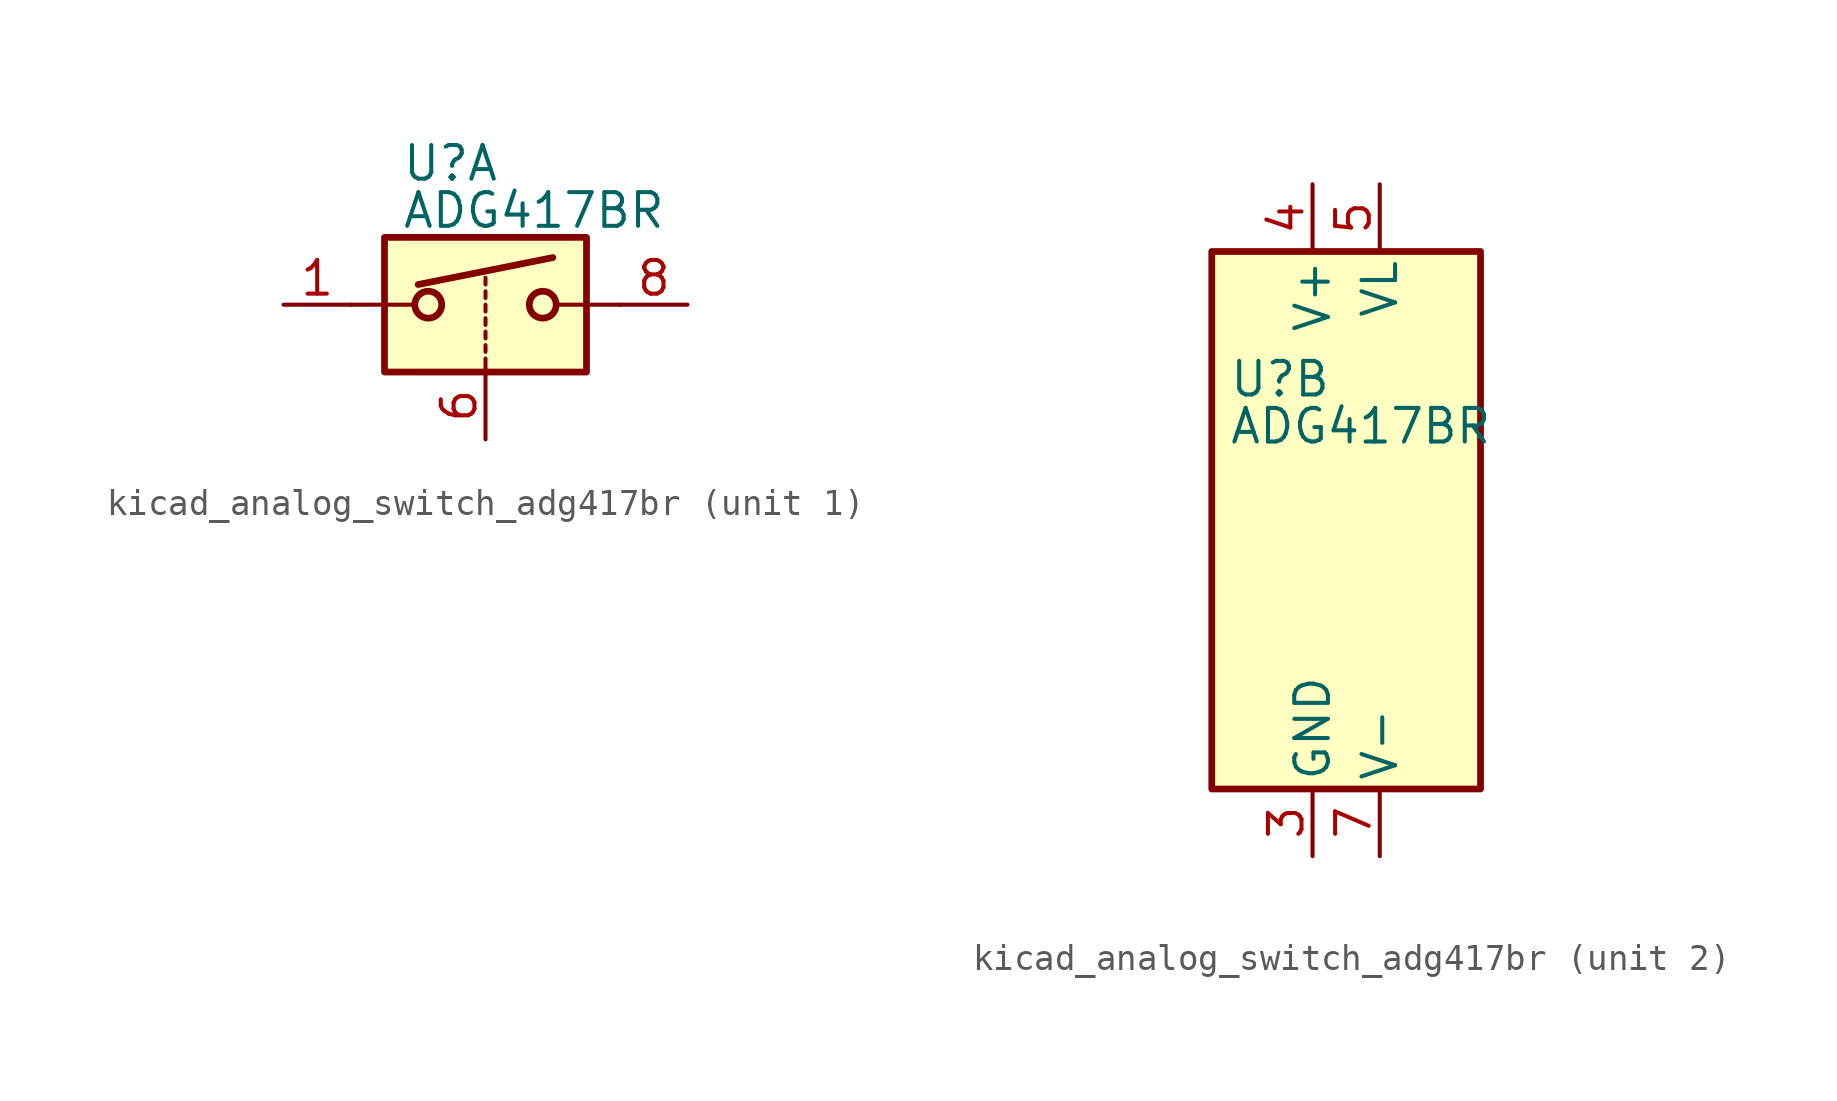
<source format=kicad_sym>
(kicad_symbol_lib
  (version 20220914)
  (generator kicad_symbol_editor)
  (symbol "kicad_analog_switch_adg417br"
    (pin_names
      (offset 0.254))
    (property "Reference" "U"
      (at -3.175 5.334 0)
      (effects (font (size 1.27 1.27)) (justify left)))
    (property "Value" "ADG417BR"
      (at -3.175 3.556 0)
      (effects (font (size 1.27 1.27)) (justify left)))
    (symbol "kicad_analog_switch_adg417br_1_1"
      (rectangle (start -3.81 2.54) (end 3.81 -2.54) (stroke (width 0.254) (type default)) (fill (type background)))
      (circle (center -2.159 0) (radius 0.508) (stroke (width 0.254) (type default)) (fill (type none)))
      (polyline (pts (xy -5.08 0) (xy -2.794 0)) (stroke (width 0) (type default)) (fill (type none)))
      (polyline (pts (xy -2.54 0.762) (xy 2.54 1.778)) (stroke (width 0.254) (type default)) (fill (type none)))
      (polyline (pts (xy 0 -2.54) (xy 0 -2.032)) (stroke (width 0) (type default)) (fill (type none)))
      (polyline (pts (xy 0 -1.778) (xy 0 -1.524)) (stroke (width 0) (type default)) (fill (type none)))
      (polyline (pts (xy 0 -1.27) (xy 0 -1.016)) (stroke (width 0) (type default)) (fill (type none)))
      (polyline (pts (xy 0 -0.762) (xy 0 -0.508)) (stroke (width 0) (type default)) (fill (type none)))
      (polyline (pts (xy 0 -0.254) (xy 0 0)) (stroke (width 0) (type default)) (fill (type none)))
      (polyline (pts (xy 0 0.254) (xy 0 0.508)) (stroke (width 0) (type default)) (fill (type none)))
      (polyline (pts (xy 0 0.762) (xy 0 1.016)) (stroke (width 0) (type default)) (fill (type none)))
      (polyline (pts (xy 5.08 0) (xy 2.794 0)) (stroke (width 0) (type default)) (fill (type none)))
      (circle (center 2.159 0) (radius 0.508) (stroke (width 0.254) (type default)) (fill (type none)))
      (pin passive line (at -7.62 0 0) (length 2.54) (name "~" (effects (font (size 1.27 1.27)))) (number "1" (effects (font (size 1.27 1.27)))))
      (pin input line (at 0 -5.08 90) (length 2.54) (name "~" (effects (font (size 1.27 1.27)))) (number "6" (effects (font (size 1.27 1.27)))))
      (pin passive line (at 7.62 0 180) (length 2.54) (name "~" (effects (font (size 1.27 1.27)))) (number "8" (effects (font (size 1.27 1.27))))))
    (symbol "kicad_analog_switch_adg417br_2_0"
      (pin no_connect line (at -2.54 10.16 270) (length 2.54) hide (name "NC" (effects (font (size 1.27 1.27)))) (number "2" (effects (font (size 1.27 1.27)))))
      (pin power_in line (at 0 -12.7 90) (length 2.54) (name "GND" (effects (font (size 1.27 1.27)))) (number "3" (effects (font (size 1.27 1.27)))))
      (pin power_in line (at 0 12.7 270) (length 2.54) (name "V+" (effects (font (size 1.27 1.27)))) (number "4" (effects (font (size 1.27 1.27)))))
      (pin power_in line (at 2.54 12.7 270) (length 2.54) (name "VL" (effects (font (size 1.27 1.27)))) (number "5" (effects (font (size 1.27 1.27)))))
      (pin power_in line (at 2.54 -12.7 90) (length 2.54) (name "V-" (effects (font (size 1.27 1.27)))) (number "7" (effects (font (size 1.27 1.27))))))
    (symbol "kicad_analog_switch_adg417br_2_1"
      (rectangle (start -3.81 10.16) (end 6.35 -10.16) (stroke (width 0.254) (type default)) (fill (type background))))))
</source>
